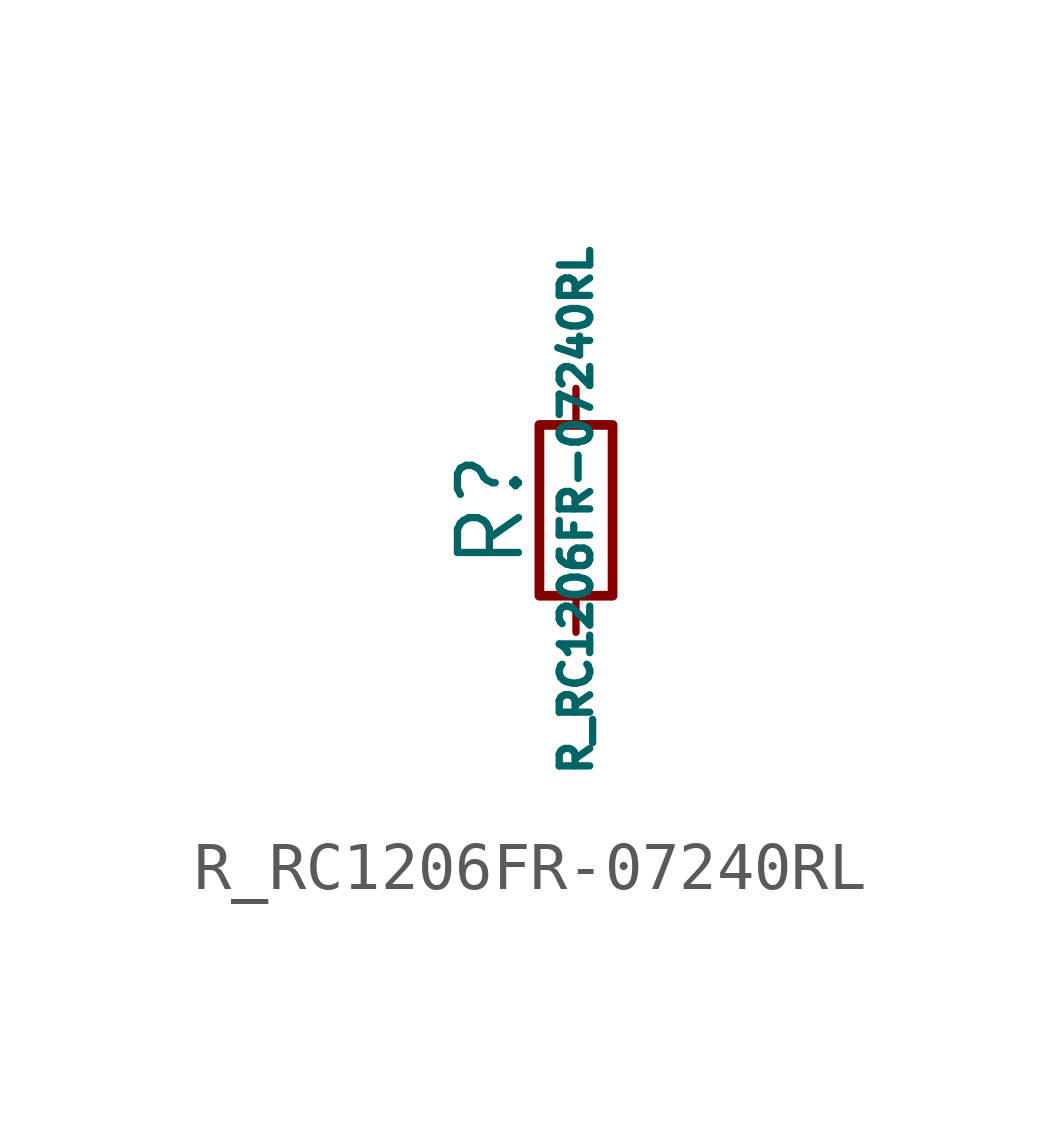
<source format=kicad_sym>
(kicad_symbol_lib
  (version 20211014)
  (generator kicad_symbol_editor)
  (symbol "R_RC1206FR-07240RL"
    (pin_numbers hide)
    (pin_names
      (offset 0.254) hide)
    (property "Reference" "R"
      (at -1.778 0 90)
      (effects (font (size 1.27 1.27))))
    (property "Value" "R_RC1206FR-07240RL"
      (at 0 0 90)
      (effects (font (size 0.635 0.635))))
    (symbol "R_RC1206FR-07240RL_0_1"
      (rectangle (start -0.762 1.778) (end 0.762 -1.778) (stroke (width 0.203) (type default) (color 0 0 0 0)) (fill (type none))))
    (symbol "R_RC1206FR-07240RL_1_1"
      (pin passive line (at 0 2.54 270) (length 0.762) (name "~" (effects (font (size 1.27 1.27)))) (number "1" (effects (font (size 1.27 1.27)))))
      (pin passive line (at 0 -2.54 90) (length 0.762) (name "~" (effects (font (size 1.27 1.27)))) (number "2" (effects (font (size 1.27 1.27))))))))
</source>
